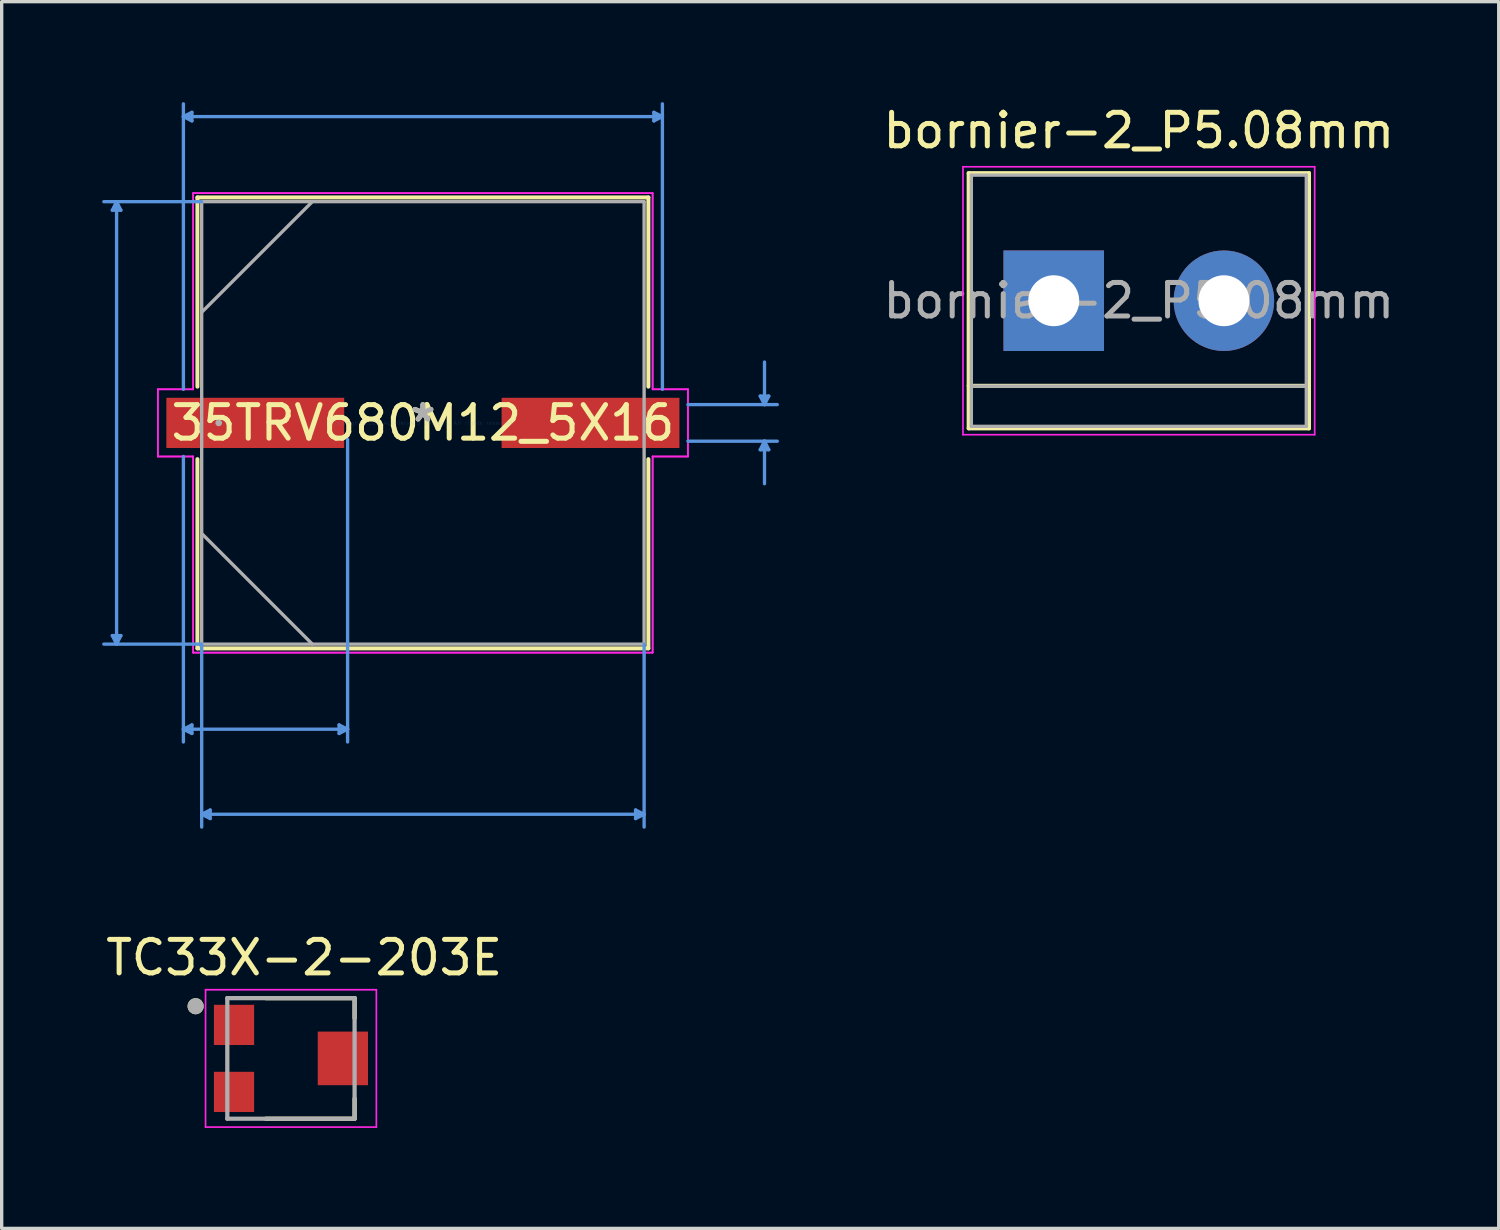
<source format=kicad_pcb>
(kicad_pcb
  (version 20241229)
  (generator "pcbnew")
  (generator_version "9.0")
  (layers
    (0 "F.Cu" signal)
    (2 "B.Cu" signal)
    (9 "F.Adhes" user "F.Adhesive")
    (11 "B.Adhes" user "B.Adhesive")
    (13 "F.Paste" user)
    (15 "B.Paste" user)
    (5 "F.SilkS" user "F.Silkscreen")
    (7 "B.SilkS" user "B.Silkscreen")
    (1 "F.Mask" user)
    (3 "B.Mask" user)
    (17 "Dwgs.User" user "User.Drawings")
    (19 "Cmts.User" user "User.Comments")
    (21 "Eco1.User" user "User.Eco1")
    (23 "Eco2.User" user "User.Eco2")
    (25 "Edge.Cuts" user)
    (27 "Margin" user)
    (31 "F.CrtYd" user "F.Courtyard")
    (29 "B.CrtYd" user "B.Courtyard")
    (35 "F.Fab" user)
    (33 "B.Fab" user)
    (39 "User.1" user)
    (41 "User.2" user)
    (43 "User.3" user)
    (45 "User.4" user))
  (footprint "TC33X-2-203E"
    (layer "F.Cu")
    (at 5.736 28.547)
    (property "Reference" "TC33X-2-203E" (at 0.294 -3.008 0) (layer "F.SilkS") (effects (font (size 1 1) (thickness 0.15))))
    (attr through_hole)
    (fp_line (start -0.85 -1.8) (end 1.8 -1.8) (stroke (width 0.127) (type solid)) (layer "F.SilkS"))
    (fp_line (start -0.85 1.8) (end 1.8 1.8) (stroke (width 0.127) (type solid)) (layer "F.SilkS"))
    (fp_line (start 1.8 -1.8) (end 1.8 -1.2) (stroke (width 0.127) (type solid)) (layer "F.SilkS"))
    (fp_line (start 1.8 1.8) (end 1.8 1.2) (stroke (width 0.127) (type solid)) (layer "F.SilkS"))
    (fp_circle (center -2.946 -1.558) (end -2.826 -1.558) (stroke (width 0.24) (type solid)) (fill no) (layer "F.SilkS"))
    (fp_line (start -2.65 -2.05) (end 2.45 -2.05) (stroke (width 0.05) (type solid)) (layer "F.CrtYd"))
    (fp_line (start -2.65 2.05) (end -2.65 -2.05) (stroke (width 0.05) (type solid)) (layer "F.CrtYd"))
    (fp_line (start 2.45 -2.05) (end 2.45 2.05) (stroke (width 0.05) (type solid)) (layer "F.CrtYd"))
    (fp_line (start 2.45 2.05) (end -2.65 2.05) (stroke (width 0.05) (type solid)) (layer "F.CrtYd"))
    (fp_line (start -2 -1.8) (end 1.8 -1.8) (stroke (width 0.127) (type solid)) (layer "F.Fab"))
    (fp_line (start -2 1.8) (end -2 -1.8) (stroke (width 0.127) (type solid)) (layer "F.Fab"))
    (fp_line (start 1.8 -1.8) (end 1.8 1.8) (stroke (width 0.127) (type solid)) (layer "F.Fab"))
    (fp_line (start 1.8 1.8) (end -2 1.8) (stroke (width 0.127) (type solid)) (layer "F.Fab"))
    (fp_circle (center -2.946 -1.558) (end -2.826 -1.558) (stroke (width 0.24) (type solid)) (fill no) (layer "F.Fab"))
    (pad "1" smd rect (at -1.8 -1) (size 1.2 1.2) (layers "F.Cu" "F.Mask" "F.Paste"))
    (pad "2" smd rect (at 1.45 0 270) (size 1.6 1.5) (layers "F.Cu" "F.Mask" "F.Paste"))
    (pad "3" smd rect (at -1.8 1) (size 1.2 1.2) (layers "F.Cu" "F.Mask" "F.Paste")))
  (footprint "35TRV680M12_5X16"
    (layer "F.Cu")
    (at 9.575 9.575)
    (property "Reference" "35TRV680M12_5X16" (at 0 0 0) (layer "F.SilkS") (effects (font (size 1 1) (thickness 0.15))))
    (attr through_hole)
    (fp_line (start -6.731 -6.731) (end -6.731 -1.082) (stroke (width 0.12) (type solid)) (layer "F.SilkS"))
    (fp_line (start -6.731 1.082) (end -6.731 6.731) (stroke (width 0.12) (type solid)) (layer "F.SilkS"))
    (fp_line (start -6.731 6.731) (end 6.731 6.731) (stroke (width 0.12) (type solid)) (layer "F.SilkS"))
    (fp_line (start 6.731 -6.731) (end -6.731 -6.731) (stroke (width 0.12) (type solid)) (layer "F.SilkS"))
    (fp_line (start 6.731 -1.082) (end 6.731 -6.731) (stroke (width 0.12) (type solid)) (layer "F.SilkS"))
    (fp_line (start 6.731 6.731) (end 6.731 1.082) (stroke (width 0.12) (type solid)) (layer "F.SilkS"))
    (fp_line (start -9.271 -6.35) (end -9.017 -6.35) (stroke (width 0.1) (type solid)) (layer "Cmts.User"))
    (fp_line (start -9.271 6.35) (end -9.017 6.35) (stroke (width 0.1) (type solid)) (layer "Cmts.User"))
    (fp_line (start -9.144 -6.604) (end -9.271 -6.35) (stroke (width 0.1) (type solid)) (layer "Cmts.User"))
    (fp_line (start -9.144 -6.604) (end -9.144 6.604) (stroke (width 0.1) (type solid)) (layer "Cmts.User"))
    (fp_line (start -9.144 -6.604) (end -9.017 -6.35) (stroke (width 0.1) (type solid)) (layer "Cmts.User"))
    (fp_line (start -9.144 6.604) (end -9.271 6.35) (stroke (width 0.1) (type solid)) (layer "Cmts.User"))
    (fp_line (start -9.144 6.604) (end -9.017 6.35) (stroke (width 0.1) (type solid)) (layer "Cmts.User"))
    (fp_line (start -7.15 -9.144) (end -6.896 -9.271) (stroke (width 0.1) (type solid)) (layer "Cmts.User"))
    (fp_line (start -7.15 -9.144) (end -6.896 -9.017) (stroke (width 0.1) (type solid)) (layer "Cmts.User"))
    (fp_line (start -7.15 -9.144) (end 7.15 -9.144) (stroke (width 0.1) (type solid)) (layer "Cmts.User"))
    (fp_line (start -7.15 -1.003) (end -7.15 -9.525) (stroke (width 0.1) (type solid)) (layer "Cmts.User"))
    (fp_line (start -7.15 1.003) (end -7.15 9.525) (stroke (width 0.1) (type solid)) (layer "Cmts.User"))
    (fp_line (start -7.15 9.144) (end -6.896 9.017) (stroke (width 0.1) (type solid)) (layer "Cmts.User"))
    (fp_line (start -7.15 9.144) (end -6.896 9.271) (stroke (width 0.1) (type solid)) (layer "Cmts.User"))
    (fp_line (start -7.15 9.144) (end -2.248 9.144) (stroke (width 0.1) (type solid)) (layer "Cmts.User"))
    (fp_line (start -6.896 -9.271) (end -6.896 -9.017) (stroke (width 0.1) (type solid)) (layer "Cmts.User"))
    (fp_line (start -6.896 9.017) (end -6.896 9.271) (stroke (width 0.1) (type solid)) (layer "Cmts.User"))
    (fp_line (start -6.604 -6.604) (end -9.525 -6.604) (stroke (width 0.1) (type solid)) (layer "Cmts.User"))
    (fp_line (start -6.604 6.604) (end -9.525 6.604) (stroke (width 0.1) (type solid)) (layer "Cmts.User"))
    (fp_line (start -6.604 6.604) (end -6.604 12.065) (stroke (width 0.1) (type solid)) (layer "Cmts.User"))
    (fp_line (start -6.604 11.684) (end -6.35 11.557) (stroke (width 0.1) (type solid)) (layer "Cmts.User"))
    (fp_line (start -6.604 11.684) (end -6.35 11.811) (stroke (width 0.1) (type solid)) (layer "Cmts.User"))
    (fp_line (start -6.604 11.684) (end 6.604 11.684) (stroke (width 0.1) (type solid)) (layer "Cmts.User"))
    (fp_line (start -6.35 11.557) (end -6.35 11.811) (stroke (width 0.1) (type solid)) (layer "Cmts.User"))
    (fp_line (start -2.502 9.017) (end -2.502 9.271) (stroke (width 0.1) (type solid)) (layer "Cmts.User"))
    (fp_line (start -2.248 0.495) (end -2.248 9.525) (stroke (width 0.1) (type solid)) (layer "Cmts.User"))
    (fp_line (start -2.248 9.144) (end -2.502 9.017) (stroke (width 0.1) (type solid)) (layer "Cmts.User"))
    (fp_line (start -2.248 9.144) (end -2.502 9.271) (stroke (width 0.1) (type solid)) (layer "Cmts.User"))
    (fp_line (start 6.35 11.557) (end 6.35 11.811) (stroke (width 0.1) (type solid)) (layer "Cmts.User"))
    (fp_line (start 6.604 6.604) (end 6.604 12.065) (stroke (width 0.1) (type solid)) (layer "Cmts.User"))
    (fp_line (start 6.604 11.684) (end 6.35 11.557) (stroke (width 0.1) (type solid)) (layer "Cmts.User"))
    (fp_line (start 6.604 11.684) (end 6.35 11.811) (stroke (width 0.1) (type solid)) (layer "Cmts.User"))
    (fp_line (start 6.896 -9.271) (end 6.896 -9.017) (stroke (width 0.1) (type solid)) (layer "Cmts.User"))
    (fp_line (start 7.15 -9.144) (end 6.896 -9.271) (stroke (width 0.1) (type solid)) (layer "Cmts.User"))
    (fp_line (start 7.15 -9.144) (end 6.896 -9.017) (stroke (width 0.1) (type solid)) (layer "Cmts.User"))
    (fp_line (start 7.15 -1.003) (end 7.15 -9.525) (stroke (width 0.1) (type solid)) (layer "Cmts.User"))
    (fp_line (start 7.912 -0.546) (end 10.579 -0.546) (stroke (width 0.1) (type solid)) (layer "Cmts.User"))
    (fp_line (start 7.912 0.546) (end 10.579 0.546) (stroke (width 0.1) (type solid)) (layer "Cmts.User"))
    (fp_line (start 10.071 -0.8) (end 10.325 -0.8) (stroke (width 0.1) (type solid)) (layer "Cmts.User"))
    (fp_line (start 10.071 0.8) (end 10.325 0.8) (stroke (width 0.1) (type solid)) (layer "Cmts.User"))
    (fp_line (start 10.198 -0.546) (end 10.071 -0.8) (stroke (width 0.1) (type solid)) (layer "Cmts.User"))
    (fp_line (start 10.198 -0.546) (end 10.198 -1.816) (stroke (width 0.1) (type solid)) (layer "Cmts.User"))
    (fp_line (start 10.198 -0.546) (end 10.325 -0.8) (stroke (width 0.1) (type solid)) (layer "Cmts.User"))
    (fp_line (start 10.198 0.546) (end 10.071 0.8) (stroke (width 0.1) (type solid)) (layer "Cmts.User"))
    (fp_line (start 10.198 0.546) (end 10.198 1.816) (stroke (width 0.1) (type solid)) (layer "Cmts.User"))
    (fp_line (start 10.198 0.546) (end 10.325 0.8) (stroke (width 0.1) (type solid)) (layer "Cmts.User"))
    (fp_line (start -7.912 -1.003) (end -6.858 -1.003) (stroke (width 0.05) (type solid)) (layer "F.CrtYd"))
    (fp_line (start -7.912 -1.003) (end -6.858 -1.003) (stroke (width 0.05) (type solid)) (layer "F.CrtYd"))
    (fp_line (start -7.912 1.003) (end -7.912 -1.003) (stroke (width 0.05) (type solid)) (layer "F.CrtYd"))
    (fp_line (start -7.912 1.003) (end -7.912 -1.003) (stroke (width 0.05) (type solid)) (layer "F.CrtYd"))
    (fp_line (start -6.858 -6.858) (end 6.858 -6.858) (stroke (width 0.05) (type solid)) (layer "F.CrtYd"))
    (fp_line (start -6.858 -6.858) (end 6.858 -6.858) (stroke (width 0.05) (type solid)) (layer "F.CrtYd"))
    (fp_line (start -6.858 -1.003) (end -6.858 -6.858) (stroke (width 0.05) (type solid)) (layer "F.CrtYd"))
    (fp_line (start -6.858 -1.003) (end -6.858 -6.858) (stroke (width 0.05) (type solid)) (layer "F.CrtYd"))
    (fp_line (start -6.858 1.003) (end -7.912 1.003) (stroke (width 0.05) (type solid)) (layer "F.CrtYd"))
    (fp_line (start -6.858 1.003) (end -7.912 1.003) (stroke (width 0.05) (type solid)) (layer "F.CrtYd"))
    (fp_line (start -6.858 6.858) (end -6.858 1.003) (stroke (width 0.05) (type solid)) (layer "F.CrtYd"))
    (fp_line (start -6.858 6.858) (end -6.858 1.003) (stroke (width 0.05) (type solid)) (layer "F.CrtYd"))
    (fp_line (start 6.858 -6.858) (end 6.858 -1.003) (stroke (width 0.05) (type solid)) (layer "F.CrtYd"))
    (fp_line (start 6.858 -6.858) (end 6.858 -1.003) (stroke (width 0.05) (type solid)) (layer "F.CrtYd"))
    (fp_line (start 6.858 -1.003) (end 7.912 -1.003) (stroke (width 0.05) (type solid)) (layer "F.CrtYd"))
    (fp_line (start 6.858 -1.003) (end 7.912 -1.003) (stroke (width 0.05) (type solid)) (layer "F.CrtYd"))
    (fp_line (start 6.858 1.003) (end 6.858 6.858) (stroke (width 0.05) (type solid)) (layer "F.CrtYd"))
    (fp_line (start 6.858 1.003) (end 6.858 6.858) (stroke (width 0.05) (type solid)) (layer "F.CrtYd"))
    (fp_line (start 6.858 6.858) (end -6.858 6.858) (stroke (width 0.05) (type solid)) (layer "F.CrtYd"))
    (fp_line (start 6.858 6.858) (end -6.858 6.858) (stroke (width 0.05) (type solid)) (layer "F.CrtYd"))
    (fp_line (start 7.912 -1.003) (end 7.912 1.003) (stroke (width 0.05) (type solid)) (layer "F.CrtYd"))
    (fp_line (start 7.912 -1.003) (end 7.912 1.003) (stroke (width 0.05) (type solid)) (layer "F.CrtYd"))
    (fp_line (start 7.912 1.003) (end 6.858 1.003) (stroke (width 0.05) (type solid)) (layer "F.CrtYd"))
    (fp_line (start 7.912 1.003) (end 6.858 1.003) (stroke (width 0.05) (type solid)) (layer "F.CrtYd"))
    (fp_line (start -6.604 -6.604) (end -6.604 6.604) (stroke (width 0.1) (type solid)) (layer "F.Fab"))
    (fp_line (start -6.604 -3.302) (end -3.302 -6.604) (stroke (width 0.1) (type solid)) (layer "F.Fab"))
    (fp_line (start -6.604 3.302) (end -3.302 6.604) (stroke (width 0.1) (type solid)) (layer "F.Fab"))
    (fp_line (start -6.604 6.604) (end 6.604 6.604) (stroke (width 0.1) (type solid)) (layer "F.Fab"))
    (fp_line (start 6.604 -6.604) (end -6.604 -6.604) (stroke (width 0.1) (type solid)) (layer "F.Fab"))
    (fp_line (start 6.604 6.604) (end 6.604 -6.604) (stroke (width 0.1) (type solid)) (layer "F.Fab"))
    (fp_circle (center -6.096 0) (end -6.096 0) (stroke (width 0.1) (type solid)) (fill no) (layer "F.Fab"))
    (fp_text user "*" (at 0 0 0) (layer "F.SilkS") (effects (font (size 1 1) (thickness 0.15))))
    (fp_text user "Copyright 2021 Accelerated Designs. All rights reserved." (at 0 0 0) (layer "Cmts.User") (effects (font (size 0.127 0.127) (thickness 0.002))))
    (fp_text user "*" (at 0 0 0) (layer "F.Fab") (effects (font (size 1 1) (thickness 0.15))))
    (pad "1" smd rect (at -5.004 0) (size 5.309 1.499) (layers "F.Cu" "F.Mask" "F.Paste"))
    (pad "2" smd rect (at 5.004 0) (size 5.309 1.499) (layers "F.Cu" "F.Mask" "F.Paste")))
  (footprint "bornier-2_P5.08mm"
    (layer "F.Cu")
    (at 28.408 5.928)
    (property "Reference" "bornier-2_P5.08mm" (at 2.54 -5.08 0) (layer "F.SilkS") (effects (font (size 1 1) (thickness 0.15))))
    (attr through_hole)
    (fp_line (start -2.54 -3.81) (end -2.54 3.81) (stroke (width 0.12) (type solid)) (layer "F.SilkS"))
    (fp_line (start -2.54 3.81) (end 7.62 3.81) (stroke (width 0.12) (type solid)) (layer "F.SilkS"))
    (fp_line (start 7.62 -3.81) (end -2.54 -3.81) (stroke (width 0.12) (type solid)) (layer "F.SilkS"))
    (fp_line (start 7.62 2.54) (end -2.54 2.54) (stroke (width 0.12) (type solid)) (layer "F.SilkS"))
    (fp_line (start 7.62 3.81) (end 7.62 -3.81) (stroke (width 0.12) (type solid)) (layer "F.SilkS"))
    (fp_line (start -2.71 -4) (end -2.71 4) (stroke (width 0.05) (type solid)) (layer "F.CrtYd"))
    (fp_line (start -2.71 -4) (end 7.79 -4) (stroke (width 0.05) (type solid)) (layer "F.CrtYd"))
    (fp_line (start 7.79 4) (end -2.71 4) (stroke (width 0.05) (type solid)) (layer "F.CrtYd"))
    (fp_line (start 7.79 4) (end 7.79 -4) (stroke (width 0.05) (type solid)) (layer "F.CrtYd"))
    (fp_line (start -2.46 -3.75) (end -2.46 3.75) (stroke (width 0.1) (type solid)) (layer "F.Fab"))
    (fp_line (start -2.46 3.75) (end 7.54 3.75) (stroke (width 0.1) (type solid)) (layer "F.Fab"))
    (fp_line (start -2.41 2.55) (end 7.49 2.55) (stroke (width 0.1) (type solid)) (layer "F.Fab"))
    (fp_line (start 7.54 -3.75) (end -2.46 -3.75) (stroke (width 0.1) (type solid)) (layer "F.Fab"))
    (fp_line (start 7.54 3.75) (end 7.54 -3.75) (stroke (width 0.1) (type solid)) (layer "F.Fab"))
    (fp_text user "${REFERENCE}" (at 2.54 0 0) (layer "F.Fab") (effects (font (size 1 1) (thickness 0.15))))
    (pad "1" thru_hole rect (at 0 0) (size 3 3) (drill 1.52) (layers "*.Cu" "*.Mask"))
    (pad "2" thru_hole circle (at 5.08 0) (size 3 3) (drill 1.52) (layers "*.Cu" "*.Mask")))
  (gr_rect
    (start -3 -3)
    (end 41.692 33.622)
    (stroke (width 0.1) (type default))
    (fill no)
    (layer "Edge.Cuts")))
</source>
